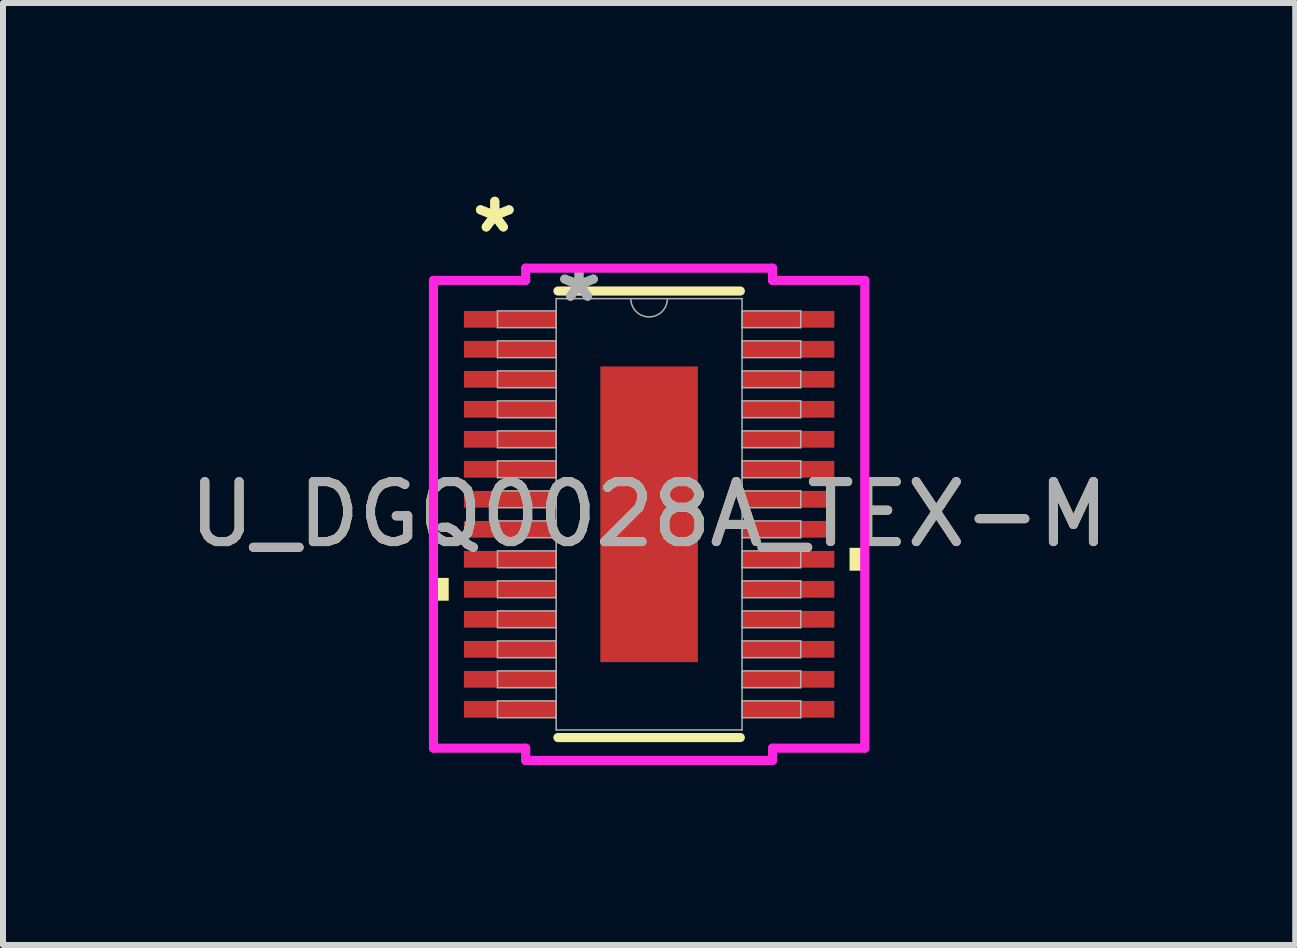
<source format=kicad_pcb>
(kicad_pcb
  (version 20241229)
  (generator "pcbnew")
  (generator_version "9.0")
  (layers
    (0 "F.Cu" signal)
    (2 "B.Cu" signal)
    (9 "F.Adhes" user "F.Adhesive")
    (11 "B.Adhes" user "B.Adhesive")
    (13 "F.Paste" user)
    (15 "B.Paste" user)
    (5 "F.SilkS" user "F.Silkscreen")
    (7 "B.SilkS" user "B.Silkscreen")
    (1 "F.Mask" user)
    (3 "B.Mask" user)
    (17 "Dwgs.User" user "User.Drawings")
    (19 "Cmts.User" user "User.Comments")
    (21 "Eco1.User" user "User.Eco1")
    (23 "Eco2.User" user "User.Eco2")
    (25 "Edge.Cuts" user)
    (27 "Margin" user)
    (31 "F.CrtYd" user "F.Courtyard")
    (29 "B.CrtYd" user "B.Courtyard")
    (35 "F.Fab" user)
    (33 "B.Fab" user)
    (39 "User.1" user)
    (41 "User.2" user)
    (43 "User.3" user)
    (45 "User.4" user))
  (footprint "U_DGQ0028A_TEX-M"
    (layer "F.Cu")
    (at 7.768 5.521)
    (property "Reference" "U_DGQ0028A_TEX-M" (at 0 0 0) (unlocked yes) (layer "F.SilkS") (effects (font (size 1 1) (thickness 0.15))))
    (attr smd)
    (fp_line (start -1.52 3.721) (end 1.52 3.721) (stroke (width 0.152) (type solid)) (layer "F.SilkS"))
    (fp_line (start 1.52 -3.721) (end -1.52 -3.721) (stroke (width 0.152) (type solid)) (layer "F.SilkS"))
    (fp_poly (pts (xy -3.594 1.06) (xy -3.594 1.44) (xy -3.34 1.44) (xy -3.34 1.06)) (stroke (width 0) (type solid)) (fill yes) (layer "F.SilkS"))
    (fp_poly (pts (xy 3.594 0.559) (xy 3.594 0.94) (xy 3.34 0.94) (xy 3.34 0.559)) (stroke (width 0) (type solid)) (fill yes) (layer "F.SilkS"))
    (fp_poly (pts (xy -0.713 -2.364) (xy -0.713 -0.921) (xy 0.713 -0.921) (xy 0.713 -2.364)) (stroke (width 0) (type solid)) (fill yes) (layer "F.Paste"))
    (fp_poly (pts (xy -0.713 -0.721) (xy -0.713 0.721) (xy 0.713 0.721) (xy 0.713 -0.721)) (stroke (width 0) (type solid)) (fill yes) (layer "F.Paste"))
    (fp_poly (pts (xy -0.713 0.921) (xy -0.713 2.364) (xy 0.713 2.364) (xy 0.713 0.921)) (stroke (width 0) (type solid)) (fill yes) (layer "F.Paste"))
    (fp_line (start -3.594 -3.898) (end -2.057 -3.898) (stroke (width 0.152) (type solid)) (layer "F.CrtYd"))
    (fp_line (start -3.594 3.898) (end -3.594 -3.898) (stroke (width 0.152) (type solid)) (layer "F.CrtYd"))
    (fp_line (start -3.594 3.898) (end -2.057 3.898) (stroke (width 0.152) (type solid)) (layer "F.CrtYd"))
    (fp_line (start -2.057 -4.102) (end 2.057 -4.102) (stroke (width 0.152) (type solid)) (layer "F.CrtYd"))
    (fp_line (start -2.057 -3.898) (end -2.057 -4.102) (stroke (width 0.152) (type solid)) (layer "F.CrtYd"))
    (fp_line (start -2.057 4.102) (end -2.057 3.898) (stroke (width 0.152) (type solid)) (layer "F.CrtYd"))
    (fp_line (start 2.057 -4.102) (end 2.057 -3.898) (stroke (width 0.152) (type solid)) (layer "F.CrtYd"))
    (fp_line (start 2.057 3.898) (end 2.057 4.102) (stroke (width 0.152) (type solid)) (layer "F.CrtYd"))
    (fp_line (start 2.057 4.102) (end -2.057 4.102) (stroke (width 0.152) (type solid)) (layer "F.CrtYd"))
    (fp_line (start 3.594 -3.898) (end 2.057 -3.898) (stroke (width 0.152) (type solid)) (layer "F.CrtYd"))
    (fp_line (start 3.594 -3.898) (end 3.594 3.898) (stroke (width 0.152) (type solid)) (layer "F.CrtYd"))
    (fp_line (start 3.594 3.898) (end 2.057 3.898) (stroke (width 0.152) (type solid)) (layer "F.CrtYd"))
    (fp_line (start -2.527 -3.39) (end -2.527 -3.11) (stroke (width 0.025) (type solid)) (layer "F.Fab"))
    (fp_line (start -2.527 -3.11) (end -1.549 -3.11) (stroke (width 0.025) (type solid)) (layer "F.Fab"))
    (fp_line (start -2.527 -2.89) (end -2.527 -2.61) (stroke (width 0.025) (type solid)) (layer "F.Fab"))
    (fp_line (start -2.527 -2.61) (end -1.549 -2.61) (stroke (width 0.025) (type solid)) (layer "F.Fab"))
    (fp_line (start -2.527 -2.39) (end -2.527 -2.11) (stroke (width 0.025) (type solid)) (layer "F.Fab"))
    (fp_line (start -2.527 -2.11) (end -1.549 -2.11) (stroke (width 0.025) (type solid)) (layer "F.Fab"))
    (fp_line (start -2.527 -1.89) (end -2.527 -1.61) (stroke (width 0.025) (type solid)) (layer "F.Fab"))
    (fp_line (start -2.527 -1.61) (end -1.549 -1.61) (stroke (width 0.025) (type solid)) (layer "F.Fab"))
    (fp_line (start -2.527 -1.39) (end -2.527 -1.11) (stroke (width 0.025) (type solid)) (layer "F.Fab"))
    (fp_line (start -2.527 -1.11) (end -1.549 -1.11) (stroke (width 0.025) (type solid)) (layer "F.Fab"))
    (fp_line (start -2.527 -0.89) (end -2.527 -0.61) (stroke (width 0.025) (type solid)) (layer "F.Fab"))
    (fp_line (start -2.527 -0.61) (end -1.549 -0.61) (stroke (width 0.025) (type solid)) (layer "F.Fab"))
    (fp_line (start -2.527 -0.39) (end -2.527 -0.11) (stroke (width 0.025) (type solid)) (layer "F.Fab"))
    (fp_line (start -2.527 -0.11) (end -1.549 -0.11) (stroke (width 0.025) (type solid)) (layer "F.Fab"))
    (fp_line (start -2.527 0.11) (end -2.527 0.39) (stroke (width 0.025) (type solid)) (layer "F.Fab"))
    (fp_line (start -2.527 0.39) (end -1.549 0.39) (stroke (width 0.025) (type solid)) (layer "F.Fab"))
    (fp_line (start -2.527 0.61) (end -2.527 0.89) (stroke (width 0.025) (type solid)) (layer "F.Fab"))
    (fp_line (start -2.527 0.89) (end -1.549 0.89) (stroke (width 0.025) (type solid)) (layer "F.Fab"))
    (fp_line (start -2.527 1.11) (end -2.527 1.39) (stroke (width 0.025) (type solid)) (layer "F.Fab"))
    (fp_line (start -2.527 1.39) (end -1.549 1.39) (stroke (width 0.025) (type solid)) (layer "F.Fab"))
    (fp_line (start -2.527 1.61) (end -2.527 1.89) (stroke (width 0.025) (type solid)) (layer "F.Fab"))
    (fp_line (start -2.527 1.89) (end -1.549 1.89) (stroke (width 0.025) (type solid)) (layer "F.Fab"))
    (fp_line (start -2.527 2.11) (end -2.527 2.39) (stroke (width 0.025) (type solid)) (layer "F.Fab"))
    (fp_line (start -2.527 2.39) (end -1.549 2.39) (stroke (width 0.025) (type solid)) (layer "F.Fab"))
    (fp_line (start -2.527 2.61) (end -2.527 2.89) (stroke (width 0.025) (type solid)) (layer "F.Fab"))
    (fp_line (start -2.527 2.89) (end -1.549 2.89) (stroke (width 0.025) (type solid)) (layer "F.Fab"))
    (fp_line (start -2.527 3.11) (end -2.527 3.39) (stroke (width 0.025) (type solid)) (layer "F.Fab"))
    (fp_line (start -2.527 3.39) (end -1.549 3.39) (stroke (width 0.025) (type solid)) (layer "F.Fab"))
    (fp_line (start -1.549 -3.594) (end -1.549 3.594) (stroke (width 0.025) (type solid)) (layer "F.Fab"))
    (fp_line (start -1.549 -3.39) (end -2.527 -3.39) (stroke (width 0.025) (type solid)) (layer "F.Fab"))
    (fp_line (start -1.549 -3.11) (end -1.549 -3.39) (stroke (width 0.025) (type solid)) (layer "F.Fab"))
    (fp_line (start -1.549 -2.89) (end -2.527 -2.89) (stroke (width 0.025) (type solid)) (layer "F.Fab"))
    (fp_line (start -1.549 -2.61) (end -1.549 -2.89) (stroke (width 0.025) (type solid)) (layer "F.Fab"))
    (fp_line (start -1.549 -2.39) (end -2.527 -2.39) (stroke (width 0.025) (type solid)) (layer "F.Fab"))
    (fp_line (start -1.549 -2.11) (end -1.549 -2.39) (stroke (width 0.025) (type solid)) (layer "F.Fab"))
    (fp_line (start -1.549 -1.89) (end -2.527 -1.89) (stroke (width 0.025) (type solid)) (layer "F.Fab"))
    (fp_line (start -1.549 -1.61) (end -1.549 -1.89) (stroke (width 0.025) (type solid)) (layer "F.Fab"))
    (fp_line (start -1.549 -1.39) (end -2.527 -1.39) (stroke (width 0.025) (type solid)) (layer "F.Fab"))
    (fp_line (start -1.549 -1.11) (end -1.549 -1.39) (stroke (width 0.025) (type solid)) (layer "F.Fab"))
    (fp_line (start -1.549 -0.89) (end -2.527 -0.89) (stroke (width 0.025) (type solid)) (layer "F.Fab"))
    (fp_line (start -1.549 -0.61) (end -1.549 -0.89) (stroke (width 0.025) (type solid)) (layer "F.Fab"))
    (fp_line (start -1.549 -0.39) (end -2.527 -0.39) (stroke (width 0.025) (type solid)) (layer "F.Fab"))
    (fp_line (start -1.549 -0.11) (end -1.549 -0.39) (stroke (width 0.025) (type solid)) (layer "F.Fab"))
    (fp_line (start -1.549 0.11) (end -2.527 0.11) (stroke (width 0.025) (type solid)) (layer "F.Fab"))
    (fp_line (start -1.549 0.39) (end -1.549 0.11) (stroke (width 0.025) (type solid)) (layer "F.Fab"))
    (fp_line (start -1.549 0.61) (end -2.527 0.61) (stroke (width 0.025) (type solid)) (layer "F.Fab"))
    (fp_line (start -1.549 0.89) (end -1.549 0.61) (stroke (width 0.025) (type solid)) (layer "F.Fab"))
    (fp_line (start -1.549 1.11) (end -2.527 1.11) (stroke (width 0.025) (type solid)) (layer "F.Fab"))
    (fp_line (start -1.549 1.39) (end -1.549 1.11) (stroke (width 0.025) (type solid)) (layer "F.Fab"))
    (fp_line (start -1.549 1.61) (end -2.527 1.61) (stroke (width 0.025) (type solid)) (layer "F.Fab"))
    (fp_line (start -1.549 1.89) (end -1.549 1.61) (stroke (width 0.025) (type solid)) (layer "F.Fab"))
    (fp_line (start -1.549 2.11) (end -2.527 2.11) (stroke (width 0.025) (type solid)) (layer "F.Fab"))
    (fp_line (start -1.549 2.39) (end -1.549 2.11) (stroke (width 0.025) (type solid)) (layer "F.Fab"))
    (fp_line (start -1.549 2.61) (end -2.527 2.61) (stroke (width 0.025) (type solid)) (layer "F.Fab"))
    (fp_line (start -1.549 2.89) (end -1.549 2.61) (stroke (width 0.025) (type solid)) (layer "F.Fab"))
    (fp_line (start -1.549 3.11) (end -2.527 3.11) (stroke (width 0.025) (type solid)) (layer "F.Fab"))
    (fp_line (start -1.549 3.39) (end -1.549 3.11) (stroke (width 0.025) (type solid)) (layer "F.Fab"))
    (fp_line (start -1.549 3.594) (end 1.549 3.594) (stroke (width 0.025) (type solid)) (layer "F.Fab"))
    (fp_line (start 1.549 -3.594) (end -1.549 -3.594) (stroke (width 0.025) (type solid)) (layer "F.Fab"))
    (fp_line (start 1.549 -3.39) (end 1.549 -3.11) (stroke (width 0.025) (type solid)) (layer "F.Fab"))
    (fp_line (start 1.549 -3.11) (end 2.527 -3.11) (stroke (width 0.025) (type solid)) (layer "F.Fab"))
    (fp_line (start 1.549 -2.89) (end 1.549 -2.61) (stroke (width 0.025) (type solid)) (layer "F.Fab"))
    (fp_line (start 1.549 -2.61) (end 2.527 -2.61) (stroke (width 0.025) (type solid)) (layer "F.Fab"))
    (fp_line (start 1.549 -2.39) (end 1.549 -2.11) (stroke (width 0.025) (type solid)) (layer "F.Fab"))
    (fp_line (start 1.549 -2.11) (end 2.527 -2.11) (stroke (width 0.025) (type solid)) (layer "F.Fab"))
    (fp_line (start 1.549 -1.89) (end 1.549 -1.61) (stroke (width 0.025) (type solid)) (layer "F.Fab"))
    (fp_line (start 1.549 -1.61) (end 2.527 -1.61) (stroke (width 0.025) (type solid)) (layer "F.Fab"))
    (fp_line (start 1.549 -1.39) (end 1.549 -1.11) (stroke (width 0.025) (type solid)) (layer "F.Fab"))
    (fp_line (start 1.549 -1.11) (end 2.527 -1.11) (stroke (width 0.025) (type solid)) (layer "F.Fab"))
    (fp_line (start 1.549 -0.89) (end 1.549 -0.61) (stroke (width 0.025) (type solid)) (layer "F.Fab"))
    (fp_line (start 1.549 -0.61) (end 2.527 -0.61) (stroke (width 0.025) (type solid)) (layer "F.Fab"))
    (fp_line (start 1.549 -0.39) (end 1.549 -0.11) (stroke (width 0.025) (type solid)) (layer "F.Fab"))
    (fp_line (start 1.549 -0.11) (end 2.527 -0.11) (stroke (width 0.025) (type solid)) (layer "F.Fab"))
    (fp_line (start 1.549 0.11) (end 1.549 0.39) (stroke (width 0.025) (type solid)) (layer "F.Fab"))
    (fp_line (start 1.549 0.39) (end 2.527 0.39) (stroke (width 0.025) (type solid)) (layer "F.Fab"))
    (fp_line (start 1.549 0.61) (end 1.549 0.89) (stroke (width 0.025) (type solid)) (layer "F.Fab"))
    (fp_line (start 1.549 0.89) (end 2.527 0.89) (stroke (width 0.025) (type solid)) (layer "F.Fab"))
    (fp_line (start 1.549 1.11) (end 1.549 1.39) (stroke (width 0.025) (type solid)) (layer "F.Fab"))
    (fp_line (start 1.549 1.39) (end 2.527 1.39) (stroke (width 0.025) (type solid)) (layer "F.Fab"))
    (fp_line (start 1.549 1.61) (end 1.549 1.89) (stroke (width 0.025) (type solid)) (layer "F.Fab"))
    (fp_line (start 1.549 1.89) (end 2.527 1.89) (stroke (width 0.025) (type solid)) (layer "F.Fab"))
    (fp_line (start 1.549 2.11) (end 1.549 2.39) (stroke (width 0.025) (type solid)) (layer "F.Fab"))
    (fp_line (start 1.549 2.39) (end 2.527 2.39) (stroke (width 0.025) (type solid)) (layer "F.Fab"))
    (fp_line (start 1.549 2.61) (end 1.549 2.89) (stroke (width 0.025) (type solid)) (layer "F.Fab"))
    (fp_line (start 1.549 2.89) (end 2.527 2.89) (stroke (width 0.025) (type solid)) (layer "F.Fab"))
    (fp_line (start 1.549 3.11) (end 1.549 3.39) (stroke (width 0.025) (type solid)) (layer "F.Fab"))
    (fp_line (start 1.549 3.39) (end 2.527 3.39) (stroke (width 0.025) (type solid)) (layer "F.Fab"))
    (fp_line (start 1.549 3.594) (end 1.549 -3.594) (stroke (width 0.025) (type solid)) (layer "F.Fab"))
    (fp_line (start 2.527 -3.39) (end 1.549 -3.39) (stroke (width 0.025) (type solid)) (layer "F.Fab"))
    (fp_line (start 2.527 -3.11) (end 2.527 -3.39) (stroke (width 0.025) (type solid)) (layer "F.Fab"))
    (fp_line (start 2.527 -2.89) (end 1.549 -2.89) (stroke (width 0.025) (type solid)) (layer "F.Fab"))
    (fp_line (start 2.527 -2.61) (end 2.527 -2.89) (stroke (width 0.025) (type solid)) (layer "F.Fab"))
    (fp_line (start 2.527 -2.39) (end 1.549 -2.39) (stroke (width 0.025) (type solid)) (layer "F.Fab"))
    (fp_line (start 2.527 -2.11) (end 2.527 -2.39) (stroke (width 0.025) (type solid)) (layer "F.Fab"))
    (fp_line (start 2.527 -1.89) (end 1.549 -1.89) (stroke (width 0.025) (type solid)) (layer "F.Fab"))
    (fp_line (start 2.527 -1.61) (end 2.527 -1.89) (stroke (width 0.025) (type solid)) (layer "F.Fab"))
    (fp_line (start 2.527 -1.39) (end 1.549 -1.39) (stroke (width 0.025) (type solid)) (layer "F.Fab"))
    (fp_line (start 2.527 -1.11) (end 2.527 -1.39) (stroke (width 0.025) (type solid)) (layer "F.Fab"))
    (fp_line (start 2.527 -0.89) (end 1.549 -0.89) (stroke (width 0.025) (type solid)) (layer "F.Fab"))
    (fp_line (start 2.527 -0.61) (end 2.527 -0.89) (stroke (width 0.025) (type solid)) (layer "F.Fab"))
    (fp_line (start 2.527 -0.39) (end 1.549 -0.39) (stroke (width 0.025) (type solid)) (layer "F.Fab"))
    (fp_line (start 2.527 -0.11) (end 2.527 -0.39) (stroke (width 0.025) (type solid)) (layer "F.Fab"))
    (fp_line (start 2.527 0.11) (end 1.549 0.11) (stroke (width 0.025) (type solid)) (layer "F.Fab"))
    (fp_line (start 2.527 0.39) (end 2.527 0.11) (stroke (width 0.025) (type solid)) (layer "F.Fab"))
    (fp_line (start 2.527 0.61) (end 1.549 0.61) (stroke (width 0.025) (type solid)) (layer "F.Fab"))
    (fp_line (start 2.527 0.89) (end 2.527 0.61) (stroke (width 0.025) (type solid)) (layer "F.Fab"))
    (fp_line (start 2.527 1.11) (end 1.549 1.11) (stroke (width 0.025) (type solid)) (layer "F.Fab"))
    (fp_line (start 2.527 1.39) (end 2.527 1.11) (stroke (width 0.025) (type solid)) (layer "F.Fab"))
    (fp_line (start 2.527 1.61) (end 1.549 1.61) (stroke (width 0.025) (type solid)) (layer "F.Fab"))
    (fp_line (start 2.527 1.89) (end 2.527 1.61) (stroke (width 0.025) (type solid)) (layer "F.Fab"))
    (fp_line (start 2.527 2.11) (end 1.549 2.11) (stroke (width 0.025) (type solid)) (layer "F.Fab"))
    (fp_line (start 2.527 2.39) (end 2.527 2.11) (stroke (width 0.025) (type solid)) (layer "F.Fab"))
    (fp_line (start 2.527 2.61) (end 1.549 2.61) (stroke (width 0.025) (type solid)) (layer "F.Fab"))
    (fp_line (start 2.527 2.89) (end 2.527 2.61) (stroke (width 0.025) (type solid)) (layer "F.Fab"))
    (fp_line (start 2.527 3.11) (end 1.549 3.11) (stroke (width 0.025) (type solid)) (layer "F.Fab"))
    (fp_line (start 2.527 3.39) (end 2.527 3.11) (stroke (width 0.025) (type solid)) (layer "F.Fab"))
    (fp_arc (start 0.3048 -3.5941) (mid 0 -3.2893) (end -0.3048 -3.5941) (stroke (width 0.0254) (type solid)) (layer "F.Fab"))
    (fp_text user "*" (at -2.572 -4.672 0) (unlocked yes) (layer "F.SilkS") (effects (font (size 1 1) (thickness 0.15))))
    (fp_text user "*" (at -2.572 -4.672 0) (layer "F.SilkS") (effects (font (size 1 1) (thickness 0.15))))
    (fp_text user "*" (at -1.168 -3.518 0) (unlocked yes) (layer "F.Fab") (effects (font (size 1 1) (thickness 0.15))))
    (fp_text user "*" (at -1.168 -3.518 0) (layer "F.Fab") (effects (font (size 1 1) (thickness 0.15))))
    (fp_text user "${REFERENCE}" (at 0 0 0) (unlocked yes) (layer "F.Fab") (effects (font (size 1 1) (thickness 0.15))))
    (pad "1" smd rect (at -2.318 -3.25) (size 1.537 0.279) (layers "F.Cu" "F.Mask" "F.Paste"))
    (pad "2" smd rect (at -2.318 -2.75) (size 1.537 0.279) (layers "F.Cu" "F.Mask" "F.Paste"))
    (pad "3" smd rect (at -2.318 -2.25) (size 1.537 0.279) (layers "F.Cu" "F.Mask" "F.Paste"))
    (pad "4" smd rect (at -2.318 -1.75) (size 1.537 0.279) (layers "F.Cu" "F.Mask" "F.Paste"))
    (pad "5" smd rect (at -2.318 -1.25) (size 1.537 0.279) (layers "F.Cu" "F.Mask" "F.Paste"))
    (pad "6" smd rect (at -2.318 -0.75) (size 1.537 0.279) (layers "F.Cu" "F.Mask" "F.Paste"))
    (pad "7" smd rect (at -2.318 -0.25) (size 1.537 0.279) (layers "F.Cu" "F.Mask" "F.Paste"))
    (pad "8" smd rect (at -2.318 0.25) (size 1.537 0.279) (layers "F.Cu" "F.Mask" "F.Paste"))
    (pad "9" smd rect (at -2.318 0.75) (size 1.537 0.279) (layers "F.Cu" "F.Mask" "F.Paste"))
    (pad "10" smd rect (at -2.318 1.25) (size 1.537 0.279) (layers "F.Cu" "F.Mask" "F.Paste"))
    (pad "11" smd rect (at -2.318 1.75) (size 1.537 0.279) (layers "F.Cu" "F.Mask" "F.Paste"))
    (pad "12" smd rect (at -2.318 2.25) (size 1.537 0.279) (layers "F.Cu" "F.Mask" "F.Paste"))
    (pad "13" smd rect (at -2.318 2.75) (size 1.537 0.279) (layers "F.Cu" "F.Mask" "F.Paste"))
    (pad "14" smd rect (at -2.318 3.25) (size 1.537 0.279) (layers "F.Cu" "F.Mask" "F.Paste"))
    (pad "15" smd rect (at 2.318 3.25) (size 1.537 0.279) (layers "F.Cu" "F.Mask" "F.Paste"))
    (pad "16" smd rect (at 2.318 2.75) (size 1.537 0.279) (layers "F.Cu" "F.Mask" "F.Paste"))
    (pad "17" smd rect (at 2.318 2.25) (size 1.537 0.279) (layers "F.Cu" "F.Mask" "F.Paste"))
    (pad "18" smd rect (at 2.318 1.75) (size 1.537 0.279) (layers "F.Cu" "F.Mask" "F.Paste"))
    (pad "19" smd rect (at 2.318 1.25) (size 1.537 0.279) (layers "F.Cu" "F.Mask" "F.Paste"))
    (pad "20" smd rect (at 2.318 0.75) (size 1.537 0.279) (layers "F.Cu" "F.Mask" "F.Paste"))
    (pad "21" smd rect (at 2.318 0.25) (size 1.537 0.279) (layers "F.Cu" "F.Mask" "F.Paste"))
    (pad "22" smd rect (at 2.318 -0.25) (size 1.537 0.279) (layers "F.Cu" "F.Mask" "F.Paste"))
    (pad "23" smd rect (at 2.318 -0.75) (size 1.537 0.279) (layers "F.Cu" "F.Mask" "F.Paste"))
    (pad "24" smd rect (at 2.318 -1.25) (size 1.537 0.279) (layers "F.Cu" "F.Mask" "F.Paste"))
    (pad "25" smd rect (at 2.318 -1.75) (size 1.537 0.279) (layers "F.Cu" "F.Mask" "F.Paste"))
    (pad "26" smd rect (at 2.318 -2.25) (size 1.537 0.279) (layers "F.Cu" "F.Mask" "F.Paste"))
    (pad "27" smd rect (at 2.318 -2.75) (size 1.537 0.279) (layers "F.Cu" "F.Mask" "F.Paste"))
    (pad "28" smd rect (at 2.318 -3.25) (size 1.537 0.279) (layers "F.Cu" "F.Mask" "F.Paste"))
    (pad "EPAD" smd rect (at 0 0) (size 1.626 4.928) (layers "F.Cu" "F.Mask")))
  (gr_rect
    (start -3 -3)
    (end 18.536 12.699)
    (stroke (width 0.1) (type default))
    (fill no)
    (layer "Edge.Cuts")))
</source>
